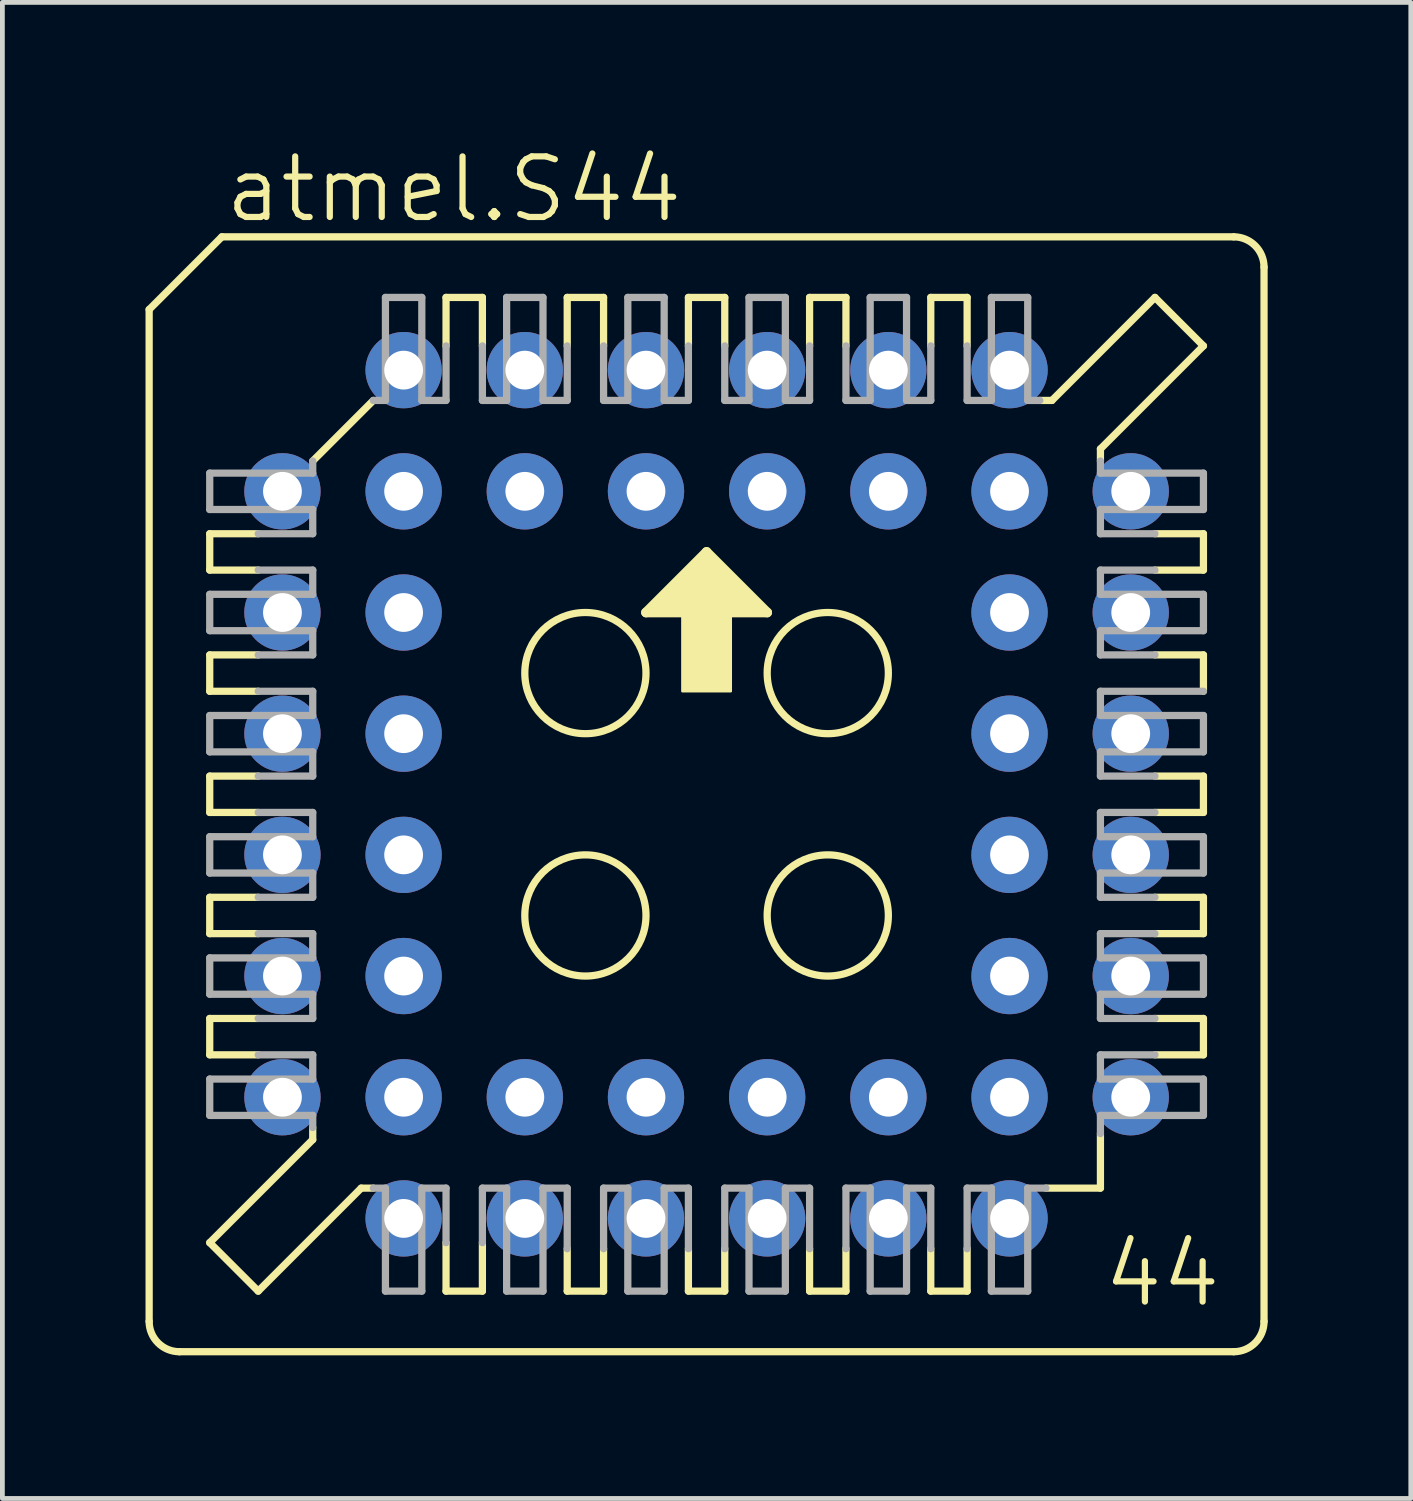
<source format=kicad_pcb>
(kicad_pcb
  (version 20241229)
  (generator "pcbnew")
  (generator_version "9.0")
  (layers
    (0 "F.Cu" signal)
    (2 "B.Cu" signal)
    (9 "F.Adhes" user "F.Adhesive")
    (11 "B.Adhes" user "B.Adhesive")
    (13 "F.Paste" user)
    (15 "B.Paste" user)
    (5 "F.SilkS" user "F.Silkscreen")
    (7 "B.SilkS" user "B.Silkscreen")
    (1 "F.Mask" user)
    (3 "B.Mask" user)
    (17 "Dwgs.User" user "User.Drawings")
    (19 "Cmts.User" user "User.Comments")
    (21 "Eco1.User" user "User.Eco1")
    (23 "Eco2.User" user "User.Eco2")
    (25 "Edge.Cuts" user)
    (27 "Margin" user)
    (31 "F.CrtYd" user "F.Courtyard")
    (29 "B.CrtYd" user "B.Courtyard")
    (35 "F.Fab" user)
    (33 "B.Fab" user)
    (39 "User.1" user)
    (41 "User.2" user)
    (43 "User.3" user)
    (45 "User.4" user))
  (footprint "atmel.S44"
    (layer "F.Cu")
    (at 11.76 13.598)
    (property "Reference" "atmel.S44" (at -10.16 -11.938 0) (layer "F.SilkS") (effects (font (size 1.27 1.27) (thickness 0.13)) (justify left bottom)))
    (attr through_hole)
    (fp_line (start -11.684 -10.16) (end -11.684 11.049) (stroke (width 0.152) (type default)) (layer "F.SilkS"))
    (fp_line (start -10.414 -5.461) (end -10.414 -4.699) (stroke (width 0.152) (type default)) (layer "F.SilkS"))
    (fp_line (start -10.414 -5.461) (end -9.398 -5.461) (stroke (width 0.152) (type default)) (layer "F.SilkS"))
    (fp_line (start -10.414 -2.921) (end -10.414 -2.159) (stroke (width 0.152) (type default)) (layer "F.SilkS"))
    (fp_line (start -10.414 -2.921) (end -9.398 -2.921) (stroke (width 0.152) (type default)) (layer "F.SilkS"))
    (fp_line (start -10.414 0.381) (end -10.414 -0.381) (stroke (width 0.152) (type default)) (layer "F.SilkS"))
    (fp_line (start -10.414 0.381) (end -9.398 0.381) (stroke (width 0.152) (type default)) (layer "F.SilkS"))
    (fp_line (start -10.414 2.921) (end -10.414 2.159) (stroke (width 0.152) (type default)) (layer "F.SilkS"))
    (fp_line (start -10.414 2.921) (end -9.398 2.921) (stroke (width 0.152) (type default)) (layer "F.SilkS"))
    (fp_line (start -10.414 5.461) (end -10.414 4.699) (stroke (width 0.152) (type default)) (layer "F.SilkS"))
    (fp_line (start -10.414 5.461) (end -9.398 5.461) (stroke (width 0.152) (type default)) (layer "F.SilkS"))
    (fp_line (start -10.414 9.398) (end -8.255 7.239) (stroke (width 0.152) (type default)) (layer "F.SilkS"))
    (fp_line (start -10.16 -11.684) (end -11.684 -10.16) (stroke (width 0.152) (type default)) (layer "F.SilkS"))
    (fp_line (start -9.398 -4.699) (end -10.414 -4.699) (stroke (width 0.152) (type default)) (layer "F.SilkS"))
    (fp_line (start -9.398 -2.159) (end -10.414 -2.159) (stroke (width 0.152) (type default)) (layer "F.SilkS"))
    (fp_line (start -9.398 -0.381) (end -10.414 -0.381) (stroke (width 0.152) (type default)) (layer "F.SilkS"))
    (fp_line (start -9.398 2.159) (end -10.414 2.159) (stroke (width 0.152) (type default)) (layer "F.SilkS"))
    (fp_line (start -9.398 4.699) (end -10.414 4.699) (stroke (width 0.152) (type default)) (layer "F.SilkS"))
    (fp_line (start -9.398 10.414) (end -10.414 9.398) (stroke (width 0.152) (type default)) (layer "F.SilkS"))
    (fp_line (start -9.398 10.414) (end -7.239 8.255) (stroke (width 0.152) (type default)) (layer "F.SilkS"))
    (fp_line (start -8.255 -6.985) (end -6.985 -8.255) (stroke (width 0.152) (type default)) (layer "F.SilkS"))
    (fp_line (start -8.255 7.239) (end -8.255 6.985) (stroke (width 0.152) (type default)) (layer "F.SilkS"))
    (fp_line (start -7.239 8.255) (end -6.985 8.255) (stroke (width 0.152) (type default)) (layer "F.SilkS"))
    (fp_line (start -5.461 -9.398) (end -5.461 -10.414) (stroke (width 0.152) (type default)) (layer "F.SilkS"))
    (fp_line (start -5.461 9.398) (end -5.461 10.414) (stroke (width 0.152) (type default)) (layer "F.SilkS"))
    (fp_line (start -5.461 10.414) (end -4.699 10.414) (stroke (width 0.152) (type default)) (layer "F.SilkS"))
    (fp_line (start -4.699 -10.414) (end -5.461 -10.414) (stroke (width 0.152) (type default)) (layer "F.SilkS"))
    (fp_line (start -4.699 -10.414) (end -4.699 -9.398) (stroke (width 0.152) (type default)) (layer "F.SilkS"))
    (fp_line (start -4.699 10.414) (end -4.699 9.398) (stroke (width 0.152) (type default)) (layer "F.SilkS"))
    (fp_line (start -2.921 -9.398) (end -2.921 -10.414) (stroke (width 0.152) (type default)) (layer "F.SilkS"))
    (fp_line (start -2.921 9.525) (end -2.921 10.414) (stroke (width 0.152) (type default)) (layer "F.SilkS"))
    (fp_line (start -2.921 10.414) (end -2.159 10.414) (stroke (width 0.152) (type default)) (layer "F.SilkS"))
    (fp_line (start -2.159 -10.414) (end -2.921 -10.414) (stroke (width 0.152) (type default)) (layer "F.SilkS"))
    (fp_line (start -2.159 -10.414) (end -2.159 -9.398) (stroke (width 0.152) (type default)) (layer "F.SilkS"))
    (fp_line (start -2.159 10.414) (end -2.159 9.525) (stroke (width 0.152) (type default)) (layer "F.SilkS"))
    (fp_line (start -1.27 -3.81) (end 1.27 -3.81) (stroke (width 0.203) (type default)) (layer "F.SilkS"))
    (fp_line (start -0.381 -9.398) (end -0.381 -10.414) (stroke (width 0.152) (type default)) (layer "F.SilkS"))
    (fp_line (start -0.381 9.525) (end -0.381 10.414) (stroke (width 0.152) (type default)) (layer "F.SilkS"))
    (fp_line (start -0.381 10.414) (end 0.381 10.414) (stroke (width 0.152) (type default)) (layer "F.SilkS"))
    (fp_line (start 0 -5.08) (end -1.27 -3.81) (stroke (width 0.203) (type default)) (layer "F.SilkS"))
    (fp_line (start 0.381 -10.414) (end -0.381 -10.414) (stroke (width 0.152) (type default)) (layer "F.SilkS"))
    (fp_line (start 0.381 -10.414) (end 0.381 -9.398) (stroke (width 0.152) (type default)) (layer "F.SilkS"))
    (fp_line (start 0.381 10.414) (end 0.381 9.525) (stroke (width 0.152) (type default)) (layer "F.SilkS"))
    (fp_line (start 1.27 -3.81) (end 0 -5.08) (stroke (width 0.203) (type default)) (layer "F.SilkS"))
    (fp_line (start 2.159 -9.398) (end 2.159 -10.414) (stroke (width 0.152) (type default)) (layer "F.SilkS"))
    (fp_line (start 2.159 9.525) (end 2.159 10.414) (stroke (width 0.152) (type default)) (layer "F.SilkS"))
    (fp_line (start 2.159 10.414) (end 2.921 10.414) (stroke (width 0.152) (type default)) (layer "F.SilkS"))
    (fp_line (start 2.921 -10.414) (end 2.159 -10.414) (stroke (width 0.152) (type default)) (layer "F.SilkS"))
    (fp_line (start 2.921 -10.414) (end 2.921 -9.398) (stroke (width 0.152) (type default)) (layer "F.SilkS"))
    (fp_line (start 2.921 10.414) (end 2.921 9.525) (stroke (width 0.152) (type default)) (layer "F.SilkS"))
    (fp_line (start 4.699 -9.398) (end 4.699 -10.414) (stroke (width 0.152) (type default)) (layer "F.SilkS"))
    (fp_line (start 4.699 9.525) (end 4.699 10.414) (stroke (width 0.152) (type default)) (layer "F.SilkS"))
    (fp_line (start 4.699 10.414) (end 5.461 10.414) (stroke (width 0.152) (type default)) (layer "F.SilkS"))
    (fp_line (start 5.461 -10.414) (end 4.699 -10.414) (stroke (width 0.152) (type default)) (layer "F.SilkS"))
    (fp_line (start 5.461 -10.414) (end 5.461 -9.398) (stroke (width 0.152) (type default)) (layer "F.SilkS"))
    (fp_line (start 5.461 10.414) (end 5.461 9.525) (stroke (width 0.152) (type default)) (layer "F.SilkS"))
    (fp_line (start 7.112 8.255) (end 8.255 8.255) (stroke (width 0.152) (type default)) (layer "F.SilkS"))
    (fp_line (start 7.239 -8.255) (end 6.985 -8.255) (stroke (width 0.152) (type default)) (layer "F.SilkS"))
    (fp_line (start 8.255 -7.239) (end 8.255 -6.985) (stroke (width 0.152) (type default)) (layer "F.SilkS"))
    (fp_line (start 8.255 8.255) (end 8.255 7.112) (stroke (width 0.152) (type default)) (layer "F.SilkS"))
    (fp_line (start 9.398 -10.414) (end 7.239 -8.255) (stroke (width 0.152) (type default)) (layer "F.SilkS"))
    (fp_line (start 9.398 -4.699) (end 10.414 -4.699) (stroke (width 0.152) (type default)) (layer "F.SilkS"))
    (fp_line (start 9.398 0.381) (end 10.414 0.381) (stroke (width 0.152) (type default)) (layer "F.SilkS"))
    (fp_line (start 9.398 2.159) (end 10.414 2.159) (stroke (width 0.152) (type default)) (layer "F.SilkS"))
    (fp_line (start 9.398 4.699) (end 10.414 4.699) (stroke (width 0.152) (type default)) (layer "F.SilkS"))
    (fp_line (start 10.414 -9.398) (end 8.255 -7.239) (stroke (width 0.152) (type default)) (layer "F.SilkS"))
    (fp_line (start 10.414 -9.398) (end 9.398 -10.414) (stroke (width 0.152) (type default)) (layer "F.SilkS"))
    (fp_line (start 10.414 -5.461) (end 9.398 -5.461) (stroke (width 0.152) (type default)) (layer "F.SilkS"))
    (fp_line (start 10.414 -5.461) (end 10.414 -4.699) (stroke (width 0.152) (type default)) (layer "F.SilkS"))
    (fp_line (start 10.414 -2.921) (end 9.398 -2.921) (stroke (width 0.152) (type default)) (layer "F.SilkS"))
    (fp_line (start 10.414 -2.921) (end 10.414 -2.159) (stroke (width 0.152) (type default)) (layer "F.SilkS"))
    (fp_line (start 10.414 -0.381) (end 9.398 -0.381) (stroke (width 0.152) (type default)) (layer "F.SilkS"))
    (fp_line (start 10.414 -0.381) (end 10.414 0.381) (stroke (width 0.152) (type default)) (layer "F.SilkS"))
    (fp_line (start 10.414 2.921) (end 9.398 2.921) (stroke (width 0.152) (type default)) (layer "F.SilkS"))
    (fp_line (start 10.414 2.921) (end 10.414 2.159) (stroke (width 0.152) (type default)) (layer "F.SilkS"))
    (fp_line (start 10.414 5.461) (end 9.398 5.461) (stroke (width 0.152) (type default)) (layer "F.SilkS"))
    (fp_line (start 10.414 5.461) (end 10.414 4.699) (stroke (width 0.152) (type default)) (layer "F.SilkS"))
    (fp_line (start 11.049 -11.684) (end -10.16 -11.684) (stroke (width 0.152) (type default)) (layer "F.SilkS"))
    (fp_line (start 11.049 11.684) (end -11.049 11.684) (stroke (width 0.152) (type default)) (layer "F.SilkS"))
    (fp_line (start 11.684 -11.049) (end 11.684 11.049) (stroke (width 0.152) (type default)) (layer "F.SilkS"))
    (fp_rect (start -1.143 -3.81) (end -0.889 -3.937) (stroke (width 0.05) (type default)) (fill yes) (layer "F.SilkS"))
    (fp_rect (start -1.016 -3.937) (end -0.889 -4.064) (stroke (width 0.05) (type default)) (fill yes) (layer "F.SilkS"))
    (fp_rect (start -0.889 -3.81) (end 0.889 -4.191) (stroke (width 0.05) (type default)) (fill yes) (layer "F.SilkS"))
    (fp_rect (start -0.762 -4.191) (end -0.635 -4.318) (stroke (width 0.05) (type default)) (fill yes) (layer "F.SilkS"))
    (fp_rect (start -0.635 -4.191) (end 0.635 -4.445) (stroke (width 0.05) (type default)) (fill yes) (layer "F.SilkS"))
    (fp_rect (start -0.508 -4.445) (end -0.381 -4.572) (stroke (width 0.05) (type default)) (fill yes) (layer "F.SilkS"))
    (fp_rect (start -0.508 -2.159) (end 0.508 -4.064) (stroke (width 0.05) (type default)) (fill yes) (layer "F.SilkS"))
    (fp_rect (start -0.381 -4.445) (end 0.381 -4.699) (stroke (width 0.05) (type default)) (fill yes) (layer "F.SilkS"))
    (fp_rect (start -0.254 -4.699) (end -0.127 -4.826) (stroke (width 0.05) (type default)) (fill yes) (layer "F.SilkS"))
    (fp_rect (start -0.127 -4.699) (end 0.127 -4.953) (stroke (width 0.05) (type default)) (fill yes) (layer "F.SilkS"))
    (fp_rect (start 0.127 -4.699) (end 0.254 -4.826) (stroke (width 0.05) (type default)) (fill yes) (layer "F.SilkS"))
    (fp_rect (start 0.381 -4.445) (end 0.508 -4.572) (stroke (width 0.05) (type default)) (fill yes) (layer "F.SilkS"))
    (fp_rect (start 0.635 -4.191) (end 0.762 -4.318) (stroke (width 0.05) (type default)) (fill yes) (layer "F.SilkS"))
    (fp_rect (start 0.889 -3.937) (end 1.016 -4.064) (stroke (width 0.05) (type default)) (fill yes) (layer "F.SilkS"))
    (fp_rect (start 0.889 -3.81) (end 1.143 -3.937) (stroke (width 0.05) (type default)) (fill yes) (layer "F.SilkS"))
    (fp_arc (start -11.049 11.684) (mid -11.498013 11.498013) (end -11.684 11.049) (stroke (width 0.1524) (type default)) (layer "F.SilkS"))
    (fp_arc (start 11.049 -11.684) (mid 11.498013 -11.498013) (end 11.684 -11.049) (stroke (width 0.1524) (type default)) (layer "F.SilkS"))
    (fp_arc (start 11.684 11.049) (mid 11.498013 11.498013) (end 11.049 11.684) (stroke (width 0.1524) (type default)) (layer "F.SilkS"))
    (fp_circle (center -2.54 -2.54) (end -1.27 -2.54) (stroke (width 0.152) (type default)) (fill no) (layer "F.SilkS"))
    (fp_circle (center -2.54 2.54) (end -1.27 2.54) (stroke (width 0.152) (type default)) (fill no) (layer "F.SilkS"))
    (fp_circle (center 2.54 -2.54) (end 3.81 -2.54) (stroke (width 0.152) (type default)) (fill no) (layer "F.SilkS"))
    (fp_circle (center 2.54 2.54) (end 3.81 2.54) (stroke (width 0.152) (type default)) (fill no) (layer "F.SilkS"))
    (fp_line (start -10.414 -6.731) (end -10.414 -5.969) (stroke (width 0.152) (type default)) (layer "F.Fab"))
    (fp_line (start -10.414 -6.731) (end -8.255 -6.731) (stroke (width 0.152) (type default)) (layer "F.Fab"))
    (fp_line (start -10.414 -4.191) (end -10.414 -3.429) (stroke (width 0.152) (type default)) (layer "F.Fab"))
    (fp_line (start -10.414 -4.191) (end -8.255 -4.191) (stroke (width 0.152) (type default)) (layer "F.Fab"))
    (fp_line (start -10.414 -0.889) (end -10.414 -1.651) (stroke (width 0.152) (type default)) (layer "F.Fab"))
    (fp_line (start -10.414 -0.889) (end -8.255 -0.889) (stroke (width 0.152) (type default)) (layer "F.Fab"))
    (fp_line (start -10.414 1.651) (end -10.414 0.889) (stroke (width 0.152) (type default)) (layer "F.Fab"))
    (fp_line (start -10.414 1.651) (end -8.255 1.651) (stroke (width 0.152) (type default)) (layer "F.Fab"))
    (fp_line (start -10.414 4.191) (end -10.414 3.429) (stroke (width 0.152) (type default)) (layer "F.Fab"))
    (fp_line (start -10.414 4.191) (end -8.255 4.191) (stroke (width 0.152) (type default)) (layer "F.Fab"))
    (fp_line (start -10.414 6.731) (end -10.414 5.969) (stroke (width 0.152) (type default)) (layer "F.Fab"))
    (fp_line (start -10.414 6.731) (end -8.255 6.731) (stroke (width 0.152) (type default)) (layer "F.Fab"))
    (fp_line (start -9.398 -4.699) (end -8.255 -4.699) (stroke (width 0.152) (type default)) (layer "F.Fab"))
    (fp_line (start -9.398 -2.159) (end -8.255 -2.159) (stroke (width 0.152) (type default)) (layer "F.Fab"))
    (fp_line (start -9.398 -0.381) (end -8.255 -0.381) (stroke (width 0.152) (type default)) (layer "F.Fab"))
    (fp_line (start -9.398 2.159) (end -8.255 2.159) (stroke (width 0.152) (type default)) (layer "F.Fab"))
    (fp_line (start -9.398 4.699) (end -8.255 4.699) (stroke (width 0.152) (type default)) (layer "F.Fab"))
    (fp_line (start -8.255 -6.731) (end -8.255 -6.985) (stroke (width 0.152) (type default)) (layer "F.Fab"))
    (fp_line (start -8.255 -5.969) (end -10.414 -5.969) (stroke (width 0.152) (type default)) (layer "F.Fab"))
    (fp_line (start -8.255 -5.969) (end -8.255 -5.461) (stroke (width 0.152) (type default)) (layer "F.Fab"))
    (fp_line (start -8.255 -5.461) (end -9.398 -5.461) (stroke (width 0.152) (type default)) (layer "F.Fab"))
    (fp_line (start -8.255 -4.699) (end -8.255 -4.191) (stroke (width 0.152) (type default)) (layer "F.Fab"))
    (fp_line (start -8.255 -3.429) (end -10.414 -3.429) (stroke (width 0.152) (type default)) (layer "F.Fab"))
    (fp_line (start -8.255 -3.429) (end -8.255 -2.921) (stroke (width 0.152) (type default)) (layer "F.Fab"))
    (fp_line (start -8.255 -2.921) (end -9.398 -2.921) (stroke (width 0.152) (type default)) (layer "F.Fab"))
    (fp_line (start -8.255 -2.159) (end -8.255 -1.651) (stroke (width 0.152) (type default)) (layer "F.Fab"))
    (fp_line (start -8.255 -1.651) (end -10.414 -1.651) (stroke (width 0.152) (type default)) (layer "F.Fab"))
    (fp_line (start -8.255 -0.381) (end -8.255 -0.889) (stroke (width 0.152) (type default)) (layer "F.Fab"))
    (fp_line (start -8.255 0.381) (end -9.398 0.381) (stroke (width 0.152) (type default)) (layer "F.Fab"))
    (fp_line (start -8.255 0.889) (end -10.414 0.889) (stroke (width 0.152) (type default)) (layer "F.Fab"))
    (fp_line (start -8.255 0.889) (end -8.255 0.381) (stroke (width 0.152) (type default)) (layer "F.Fab"))
    (fp_line (start -8.255 2.159) (end -8.255 1.651) (stroke (width 0.152) (type default)) (layer "F.Fab"))
    (fp_line (start -8.255 2.921) (end -9.398 2.921) (stroke (width 0.152) (type default)) (layer "F.Fab"))
    (fp_line (start -8.255 3.429) (end -10.414 3.429) (stroke (width 0.152) (type default)) (layer "F.Fab"))
    (fp_line (start -8.255 3.429) (end -8.255 2.921) (stroke (width 0.152) (type default)) (layer "F.Fab"))
    (fp_line (start -8.255 4.699) (end -8.255 4.191) (stroke (width 0.152) (type default)) (layer "F.Fab"))
    (fp_line (start -8.255 5.461) (end -9.398 5.461) (stroke (width 0.152) (type default)) (layer "F.Fab"))
    (fp_line (start -8.255 5.969) (end -10.414 5.969) (stroke (width 0.152) (type default)) (layer "F.Fab"))
    (fp_line (start -8.255 5.969) (end -8.255 5.461) (stroke (width 0.152) (type default)) (layer "F.Fab"))
    (fp_line (start -8.255 6.985) (end -8.255 6.731) (stroke (width 0.152) (type default)) (layer "F.Fab"))
    (fp_line (start -6.985 -8.255) (end -6.731 -8.255) (stroke (width 0.152) (type default)) (layer "F.Fab"))
    (fp_line (start -6.731 -8.255) (end -6.731 -10.414) (stroke (width 0.152) (type default)) (layer "F.Fab"))
    (fp_line (start -6.731 8.255) (end -6.985 8.255) (stroke (width 0.152) (type default)) (layer "F.Fab"))
    (fp_line (start -6.731 10.414) (end -6.731 8.255) (stroke (width 0.152) (type default)) (layer "F.Fab"))
    (fp_line (start -6.731 10.414) (end -5.969 10.414) (stroke (width 0.152) (type default)) (layer "F.Fab"))
    (fp_line (start -5.969 -10.414) (end -6.731 -10.414) (stroke (width 0.152) (type default)) (layer "F.Fab"))
    (fp_line (start -5.969 -10.414) (end -5.969 -8.255) (stroke (width 0.152) (type default)) (layer "F.Fab"))
    (fp_line (start -5.969 8.255) (end -5.969 10.414) (stroke (width 0.152) (type default)) (layer "F.Fab"))
    (fp_line (start -5.461 -9.398) (end -5.461 -8.255) (stroke (width 0.152) (type default)) (layer "F.Fab"))
    (fp_line (start -5.461 -8.255) (end -5.969 -8.255) (stroke (width 0.152) (type default)) (layer "F.Fab"))
    (fp_line (start -5.461 8.255) (end -5.969 8.255) (stroke (width 0.152) (type default)) (layer "F.Fab"))
    (fp_line (start -5.461 9.398) (end -5.461 8.255) (stroke (width 0.152) (type default)) (layer "F.Fab"))
    (fp_line (start -4.699 -8.255) (end -4.699 -9.398) (stroke (width 0.152) (type default)) (layer "F.Fab"))
    (fp_line (start -4.699 8.255) (end -4.699 9.398) (stroke (width 0.152) (type default)) (layer "F.Fab"))
    (fp_line (start -4.699 8.255) (end -4.191 8.255) (stroke (width 0.152) (type default)) (layer "F.Fab"))
    (fp_line (start -4.191 -8.255) (end -4.699 -8.255) (stroke (width 0.152) (type default)) (layer "F.Fab"))
    (fp_line (start -4.191 -8.255) (end -4.191 -10.414) (stroke (width 0.152) (type default)) (layer "F.Fab"))
    (fp_line (start -4.191 10.414) (end -4.191 8.255) (stroke (width 0.152) (type default)) (layer "F.Fab"))
    (fp_line (start -4.191 10.414) (end -3.429 10.414) (stroke (width 0.152) (type default)) (layer "F.Fab"))
    (fp_line (start -3.429 -10.414) (end -4.191 -10.414) (stroke (width 0.152) (type default)) (layer "F.Fab"))
    (fp_line (start -3.429 -10.414) (end -3.429 -8.255) (stroke (width 0.152) (type default)) (layer "F.Fab"))
    (fp_line (start -3.429 8.255) (end -3.429 10.414) (stroke (width 0.152) (type default)) (layer "F.Fab"))
    (fp_line (start -3.429 8.255) (end -2.921 8.255) (stroke (width 0.152) (type default)) (layer "F.Fab"))
    (fp_line (start -2.921 -9.398) (end -2.921 -8.255) (stroke (width 0.152) (type default)) (layer "F.Fab"))
    (fp_line (start -2.921 -8.255) (end -3.429 -8.255) (stroke (width 0.152) (type default)) (layer "F.Fab"))
    (fp_line (start -2.921 9.525) (end -2.921 8.255) (stroke (width 0.152) (type default)) (layer "F.Fab"))
    (fp_line (start -2.159 -8.255) (end -2.159 -9.398) (stroke (width 0.152) (type default)) (layer "F.Fab"))
    (fp_line (start -2.159 8.255) (end -2.159 9.525) (stroke (width 0.152) (type default)) (layer "F.Fab"))
    (fp_line (start -2.159 8.255) (end -1.651 8.255) (stroke (width 0.152) (type default)) (layer "F.Fab"))
    (fp_line (start -1.651 -8.255) (end -2.159 -8.255) (stroke (width 0.152) (type default)) (layer "F.Fab"))
    (fp_line (start -1.651 -8.255) (end -1.651 -10.414) (stroke (width 0.152) (type default)) (layer "F.Fab"))
    (fp_line (start -1.651 10.414) (end -1.651 8.255) (stroke (width 0.152) (type default)) (layer "F.Fab"))
    (fp_line (start -1.651 10.414) (end -0.889 10.414) (stroke (width 0.152) (type default)) (layer "F.Fab"))
    (fp_line (start -0.889 -10.414) (end -1.651 -10.414) (stroke (width 0.152) (type default)) (layer "F.Fab"))
    (fp_line (start -0.889 -10.414) (end -0.889 -8.255) (stroke (width 0.152) (type default)) (layer "F.Fab"))
    (fp_line (start -0.889 8.255) (end -0.889 10.414) (stroke (width 0.152) (type default)) (layer "F.Fab"))
    (fp_line (start -0.889 8.255) (end -0.381 8.255) (stroke (width 0.152) (type default)) (layer "F.Fab"))
    (fp_line (start -0.381 -9.398) (end -0.381 -8.255) (stroke (width 0.152) (type default)) (layer "F.Fab"))
    (fp_line (start -0.381 -8.255) (end -0.889 -8.255) (stroke (width 0.152) (type default)) (layer "F.Fab"))
    (fp_line (start -0.381 9.525) (end -0.381 8.255) (stroke (width 0.152) (type default)) (layer "F.Fab"))
    (fp_line (start 0.381 -8.255) (end 0.381 -9.398) (stroke (width 0.152) (type default)) (layer "F.Fab"))
    (fp_line (start 0.381 8.255) (end 0.381 9.525) (stroke (width 0.152) (type default)) (layer "F.Fab"))
    (fp_line (start 0.381 8.255) (end 0.889 8.255) (stroke (width 0.152) (type default)) (layer "F.Fab"))
    (fp_line (start 0.889 -8.255) (end 0.381 -8.255) (stroke (width 0.152) (type default)) (layer "F.Fab"))
    (fp_line (start 0.889 -8.255) (end 0.889 -10.414) (stroke (width 0.152) (type default)) (layer "F.Fab"))
    (fp_line (start 0.889 10.414) (end 0.889 8.255) (stroke (width 0.152) (type default)) (layer "F.Fab"))
    (fp_line (start 0.889 10.414) (end 1.651 10.414) (stroke (width 0.152) (type default)) (layer "F.Fab"))
    (fp_line (start 1.651 -10.414) (end 0.889 -10.414) (stroke (width 0.152) (type default)) (layer "F.Fab"))
    (fp_line (start 1.651 -10.414) (end 1.651 -8.255) (stroke (width 0.152) (type default)) (layer "F.Fab"))
    (fp_line (start 1.651 8.255) (end 1.651 10.414) (stroke (width 0.152) (type default)) (layer "F.Fab"))
    (fp_line (start 1.651 8.255) (end 2.159 8.255) (stroke (width 0.152) (type default)) (layer "F.Fab"))
    (fp_line (start 2.159 -9.398) (end 2.159 -8.255) (stroke (width 0.152) (type default)) (layer "F.Fab"))
    (fp_line (start 2.159 -8.255) (end 1.651 -8.255) (stroke (width 0.152) (type default)) (layer "F.Fab"))
    (fp_line (start 2.159 9.525) (end 2.159 8.255) (stroke (width 0.152) (type default)) (layer "F.Fab"))
    (fp_line (start 2.921 -8.255) (end 2.921 -9.398) (stroke (width 0.152) (type default)) (layer "F.Fab"))
    (fp_line (start 2.921 8.255) (end 2.921 9.525) (stroke (width 0.152) (type default)) (layer "F.Fab"))
    (fp_line (start 2.921 8.255) (end 3.429 8.255) (stroke (width 0.152) (type default)) (layer "F.Fab"))
    (fp_line (start 3.429 -8.255) (end 2.921 -8.255) (stroke (width 0.152) (type default)) (layer "F.Fab"))
    (fp_line (start 3.429 -8.255) (end 3.429 -10.414) (stroke (width 0.152) (type default)) (layer "F.Fab"))
    (fp_line (start 3.429 10.414) (end 3.429 8.255) (stroke (width 0.152) (type default)) (layer "F.Fab"))
    (fp_line (start 3.429 10.414) (end 4.191 10.414) (stroke (width 0.152) (type default)) (layer "F.Fab"))
    (fp_line (start 4.191 -10.414) (end 3.429 -10.414) (stroke (width 0.152) (type default)) (layer "F.Fab"))
    (fp_line (start 4.191 -10.414) (end 4.191 -8.255) (stroke (width 0.152) (type default)) (layer "F.Fab"))
    (fp_line (start 4.191 8.255) (end 4.191 10.414) (stroke (width 0.152) (type default)) (layer "F.Fab"))
    (fp_line (start 4.191 8.255) (end 4.699 8.255) (stroke (width 0.152) (type default)) (layer "F.Fab"))
    (fp_line (start 4.699 -9.398) (end 4.699 -8.255) (stroke (width 0.152) (type default)) (layer "F.Fab"))
    (fp_line (start 4.699 -8.255) (end 4.191 -8.255) (stroke (width 0.152) (type default)) (layer "F.Fab"))
    (fp_line (start 4.699 9.525) (end 4.699 8.255) (stroke (width 0.152) (type default)) (layer "F.Fab"))
    (fp_line (start 5.461 -8.255) (end 5.461 -9.398) (stroke (width 0.152) (type default)) (layer "F.Fab"))
    (fp_line (start 5.461 8.255) (end 5.461 9.525) (stroke (width 0.152) (type default)) (layer "F.Fab"))
    (fp_line (start 5.461 8.255) (end 5.969 8.255) (stroke (width 0.152) (type default)) (layer "F.Fab"))
    (fp_line (start 5.969 -8.255) (end 5.461 -8.255) (stroke (width 0.152) (type default)) (layer "F.Fab"))
    (fp_line (start 5.969 -8.255) (end 5.969 -10.414) (stroke (width 0.152) (type default)) (layer "F.Fab"))
    (fp_line (start 5.969 10.414) (end 5.969 8.255) (stroke (width 0.152) (type default)) (layer "F.Fab"))
    (fp_line (start 5.969 10.414) (end 6.731 10.414) (stroke (width 0.152) (type default)) (layer "F.Fab"))
    (fp_line (start 6.731 -10.414) (end 5.969 -10.414) (stroke (width 0.152) (type default)) (layer "F.Fab"))
    (fp_line (start 6.731 -10.414) (end 6.731 -8.255) (stroke (width 0.152) (type default)) (layer "F.Fab"))
    (fp_line (start 6.731 -8.255) (end 6.985 -8.255) (stroke (width 0.152) (type default)) (layer "F.Fab"))
    (fp_line (start 6.731 8.255) (end 6.731 10.414) (stroke (width 0.152) (type default)) (layer "F.Fab"))
    (fp_line (start 7.112 8.255) (end 6.731 8.255) (stroke (width 0.152) (type default)) (layer "F.Fab"))
    (fp_line (start 8.255 -6.731) (end 8.255 -6.985) (stroke (width 0.152) (type default)) (layer "F.Fab"))
    (fp_line (start 8.255 -5.969) (end 8.255 -5.461) (stroke (width 0.152) (type default)) (layer "F.Fab"))
    (fp_line (start 8.255 -5.969) (end 10.414 -5.969) (stroke (width 0.152) (type default)) (layer "F.Fab"))
    (fp_line (start 8.255 -5.461) (end 9.398 -5.461) (stroke (width 0.152) (type default)) (layer "F.Fab"))
    (fp_line (start 8.255 -4.699) (end 8.255 -4.191) (stroke (width 0.152) (type default)) (layer "F.Fab"))
    (fp_line (start 8.255 -3.429) (end 8.255 -2.921) (stroke (width 0.152) (type default)) (layer "F.Fab"))
    (fp_line (start 8.255 -3.429) (end 10.414 -3.429) (stroke (width 0.152) (type default)) (layer "F.Fab"))
    (fp_line (start 8.255 -2.921) (end 9.398 -2.921) (stroke (width 0.152) (type default)) (layer "F.Fab"))
    (fp_line (start 8.255 -2.159) (end 8.255 -1.651) (stroke (width 0.152) (type default)) (layer "F.Fab"))
    (fp_line (start 8.255 -2.159) (end 10.414 -2.159) (stroke (width 0.152) (type default)) (layer "F.Fab"))
    (fp_line (start 8.255 -0.889) (end 8.255 -0.381) (stroke (width 0.152) (type default)) (layer "F.Fab"))
    (fp_line (start 8.255 -0.889) (end 10.414 -0.889) (stroke (width 0.152) (type default)) (layer "F.Fab"))
    (fp_line (start 8.255 -0.381) (end 9.398 -0.381) (stroke (width 0.152) (type default)) (layer "F.Fab"))
    (fp_line (start 8.255 0.381) (end 8.255 0.889) (stroke (width 0.152) (type default)) (layer "F.Fab"))
    (fp_line (start 8.255 1.651) (end 8.255 2.159) (stroke (width 0.152) (type default)) (layer "F.Fab"))
    (fp_line (start 8.255 1.651) (end 10.414 1.651) (stroke (width 0.152) (type default)) (layer "F.Fab"))
    (fp_line (start 8.255 2.159) (end 9.398 2.159) (stroke (width 0.152) (type default)) (layer "F.Fab"))
    (fp_line (start 8.255 2.921) (end 9.398 2.921) (stroke (width 0.152) (type default)) (layer "F.Fab"))
    (fp_line (start 8.255 3.429) (end 8.255 2.921) (stroke (width 0.152) (type default)) (layer "F.Fab"))
    (fp_line (start 8.255 3.429) (end 10.414 3.429) (stroke (width 0.152) (type default)) (layer "F.Fab"))
    (fp_line (start 8.255 4.699) (end 8.255 4.191) (stroke (width 0.152) (type default)) (layer "F.Fab"))
    (fp_line (start 8.255 5.461) (end 9.398 5.461) (stroke (width 0.152) (type default)) (layer "F.Fab"))
    (fp_line (start 8.255 5.969) (end 8.255 5.461) (stroke (width 0.152) (type default)) (layer "F.Fab"))
    (fp_line (start 8.255 5.969) (end 10.414 5.969) (stroke (width 0.152) (type default)) (layer "F.Fab"))
    (fp_line (start 8.255 6.731) (end 8.255 7.112) (stroke (width 0.152) (type default)) (layer "F.Fab"))
    (fp_line (start 9.398 -4.699) (end 8.255 -4.699) (stroke (width 0.152) (type default)) (layer "F.Fab"))
    (fp_line (start 9.398 0.381) (end 8.255 0.381) (stroke (width 0.152) (type default)) (layer "F.Fab"))
    (fp_line (start 9.398 4.699) (end 8.255 4.699) (stroke (width 0.152) (type default)) (layer "F.Fab"))
    (fp_line (start 10.414 -6.731) (end 8.255 -6.731) (stroke (width 0.152) (type default)) (layer "F.Fab"))
    (fp_line (start 10.414 -6.731) (end 10.414 -5.969) (stroke (width 0.152) (type default)) (layer "F.Fab"))
    (fp_line (start 10.414 -4.191) (end 8.255 -4.191) (stroke (width 0.152) (type default)) (layer "F.Fab"))
    (fp_line (start 10.414 -4.191) (end 10.414 -3.429) (stroke (width 0.152) (type default)) (layer "F.Fab"))
    (fp_line (start 10.414 -1.651) (end 8.255 -1.651) (stroke (width 0.152) (type default)) (layer "F.Fab"))
    (fp_line (start 10.414 -1.651) (end 10.414 -0.889) (stroke (width 0.152) (type default)) (layer "F.Fab"))
    (fp_line (start 10.414 0.889) (end 8.255 0.889) (stroke (width 0.152) (type default)) (layer "F.Fab"))
    (fp_line (start 10.414 0.889) (end 10.414 1.651) (stroke (width 0.152) (type default)) (layer "F.Fab"))
    (fp_line (start 10.414 4.191) (end 8.255 4.191) (stroke (width 0.152) (type default)) (layer "F.Fab"))
    (fp_line (start 10.414 4.191) (end 10.414 3.429) (stroke (width 0.152) (type default)) (layer "F.Fab"))
    (fp_line (start 10.414 6.731) (end 8.255 6.731) (stroke (width 0.152) (type default)) (layer "F.Fab"))
    (fp_line (start 10.414 6.731) (end 10.414 5.969) (stroke (width 0.152) (type default)) (layer "F.Fab"))
    (fp_text user "44" (at 8.255 10.795 0) (layer "F.SilkS") (effects (font (size 1.27 1.27) (thickness 0.13)) (justify left bottom)))
    (pad "1" thru_hole circle (at 1.27 -6.35) (size 1.6 1.6) (drill 0.813) (layers "*.Cu" "*.Mask"))
    (pad "2" thru_hole circle (at -1.27 -8.89) (size 1.6 1.6) (drill 0.813) (layers "*.Cu" "*.Mask"))
    (pad "3" thru_hole circle (at -1.27 -6.35) (size 1.6 1.6) (drill 0.813) (layers "*.Cu" "*.Mask"))
    (pad "4" thru_hole circle (at -3.81 -8.89) (size 1.6 1.6) (drill 0.813) (layers "*.Cu" "*.Mask"))
    (pad "5" thru_hole circle (at -3.81 -6.35) (size 1.6 1.6) (drill 0.813) (layers "*.Cu" "*.Mask"))
    (pad "6" thru_hole circle (at -6.35 -8.89) (size 1.6 1.6) (drill 0.813) (layers "*.Cu" "*.Mask"))
    (pad "7" thru_hole circle (at -8.89 -6.35) (size 1.6 1.6) (drill 0.813) (layers "*.Cu" "*.Mask"))
    (pad "8" thru_hole circle (at -6.35 -6.35) (size 1.6 1.6) (drill 0.813) (layers "*.Cu" "*.Mask"))
    (pad "9" thru_hole circle (at -8.89 -3.81) (size 1.6 1.6) (drill 0.813) (layers "*.Cu" "*.Mask"))
    (pad "10" thru_hole circle (at -6.35 -3.81) (size 1.6 1.6) (drill 0.813) (layers "*.Cu" "*.Mask"))
    (pad "11" thru_hole circle (at -8.89 -1.27) (size 1.6 1.6) (drill 0.813) (layers "*.Cu" "*.Mask"))
    (pad "12" thru_hole circle (at -6.35 -1.27) (size 1.6 1.6) (drill 0.813) (layers "*.Cu" "*.Mask"))
    (pad "13" thru_hole circle (at -8.89 1.27) (size 1.6 1.6) (drill 0.813) (layers "*.Cu" "*.Mask"))
    (pad "14" thru_hole circle (at -6.35 1.27) (size 1.6 1.6) (drill 0.813) (layers "*.Cu" "*.Mask"))
    (pad "15" thru_hole circle (at -8.89 3.81) (size 1.6 1.6) (drill 0.813) (layers "*.Cu" "*.Mask"))
    (pad "16" thru_hole circle (at -6.35 3.81) (size 1.6 1.6) (drill 0.813) (layers "*.Cu" "*.Mask"))
    (pad "17" thru_hole circle (at -8.89 6.35) (size 1.6 1.6) (drill 0.813) (layers "*.Cu" "*.Mask"))
    (pad "18" thru_hole circle (at -6.35 8.89) (size 1.6 1.6) (drill 0.813) (layers "*.Cu" "*.Mask"))
    (pad "19" thru_hole circle (at -6.35 6.35) (size 1.6 1.6) (drill 0.813) (layers "*.Cu" "*.Mask"))
    (pad "20" thru_hole circle (at -3.81 8.89) (size 1.6 1.6) (drill 0.813) (layers "*.Cu" "*.Mask"))
    (pad "21" thru_hole circle (at -3.81 6.35) (size 1.6 1.6) (drill 0.813) (layers "*.Cu" "*.Mask"))
    (pad "22" thru_hole circle (at -1.27 8.89) (size 1.6 1.6) (drill 0.813) (layers "*.Cu" "*.Mask"))
    (pad "23" thru_hole circle (at -1.27 6.35) (size 1.6 1.6) (drill 0.813) (layers "*.Cu" "*.Mask"))
    (pad "24" thru_hole circle (at 1.27 8.89) (size 1.6 1.6) (drill 0.813) (layers "*.Cu" "*.Mask"))
    (pad "25" thru_hole circle (at 1.27 6.35) (size 1.6 1.6) (drill 0.813) (layers "*.Cu" "*.Mask"))
    (pad "26" thru_hole circle (at 3.81 8.89) (size 1.6 1.6) (drill 0.813) (layers "*.Cu" "*.Mask"))
    (pad "27" thru_hole circle (at 3.81 6.35) (size 1.6 1.6) (drill 0.813) (layers "*.Cu" "*.Mask"))
    (pad "28" thru_hole circle (at 6.35 8.89) (size 1.6 1.6) (drill 0.813) (layers "*.Cu" "*.Mask"))
    (pad "29" thru_hole circle (at 8.89 6.35) (size 1.6 1.6) (drill 0.813) (layers "*.Cu" "*.Mask"))
    (pad "30" thru_hole circle (at 6.35 6.35) (size 1.6 1.6) (drill 0.813) (layers "*.Cu" "*.Mask"))
    (pad "31" thru_hole circle (at 8.89 3.81) (size 1.6 1.6) (drill 0.813) (layers "*.Cu" "*.Mask"))
    (pad "32" thru_hole circle (at 6.35 3.81) (size 1.6 1.6) (drill 0.813) (layers "*.Cu" "*.Mask"))
    (pad "33" thru_hole circle (at 8.89 1.27) (size 1.6 1.6) (drill 0.813) (layers "*.Cu" "*.Mask"))
    (pad "34" thru_hole circle (at 6.35 1.27) (size 1.6 1.6) (drill 0.813) (layers "*.Cu" "*.Mask"))
    (pad "35" thru_hole circle (at 8.89 -1.27) (size 1.6 1.6) (drill 0.813) (layers "*.Cu" "*.Mask"))
    (pad "36" thru_hole circle (at 6.35 -1.27) (size 1.6 1.6) (drill 0.813) (layers "*.Cu" "*.Mask"))
    (pad "37" thru_hole circle (at 8.89 -3.81) (size 1.6 1.6) (drill 0.813) (layers "*.Cu" "*.Mask"))
    (pad "38" thru_hole circle (at 6.35 -3.81) (size 1.6 1.6) (drill 0.813) (layers "*.Cu" "*.Mask"))
    (pad "39" thru_hole circle (at 8.89 -6.35) (size 1.6 1.6) (drill 0.813) (layers "*.Cu" "*.Mask"))
    (pad "40" thru_hole circle (at 6.35 -8.89) (size 1.6 1.6) (drill 0.813) (layers "*.Cu" "*.Mask"))
    (pad "41" thru_hole circle (at 6.35 -6.35) (size 1.6 1.6) (drill 0.813) (layers "*.Cu" "*.Mask"))
    (pad "42" thru_hole circle (at 3.81 -8.89) (size 1.6 1.6) (drill 0.813) (layers "*.Cu" "*.Mask"))
    (pad "43" thru_hole circle (at 3.81 -6.35) (size 1.6 1.6) (drill 0.813) (layers "*.Cu" "*.Mask"))
    (pad "44" thru_hole circle (at 1.27 -8.89) (size 1.6 1.6) (drill 0.813) (layers "*.Cu" "*.Mask")))
  (gr_rect
    (start -3 -3)
    (end 26.52 28.358)
    (stroke (width 0.1) (type default))
    (fill no)
    (layer "Edge.Cuts")))
</source>
